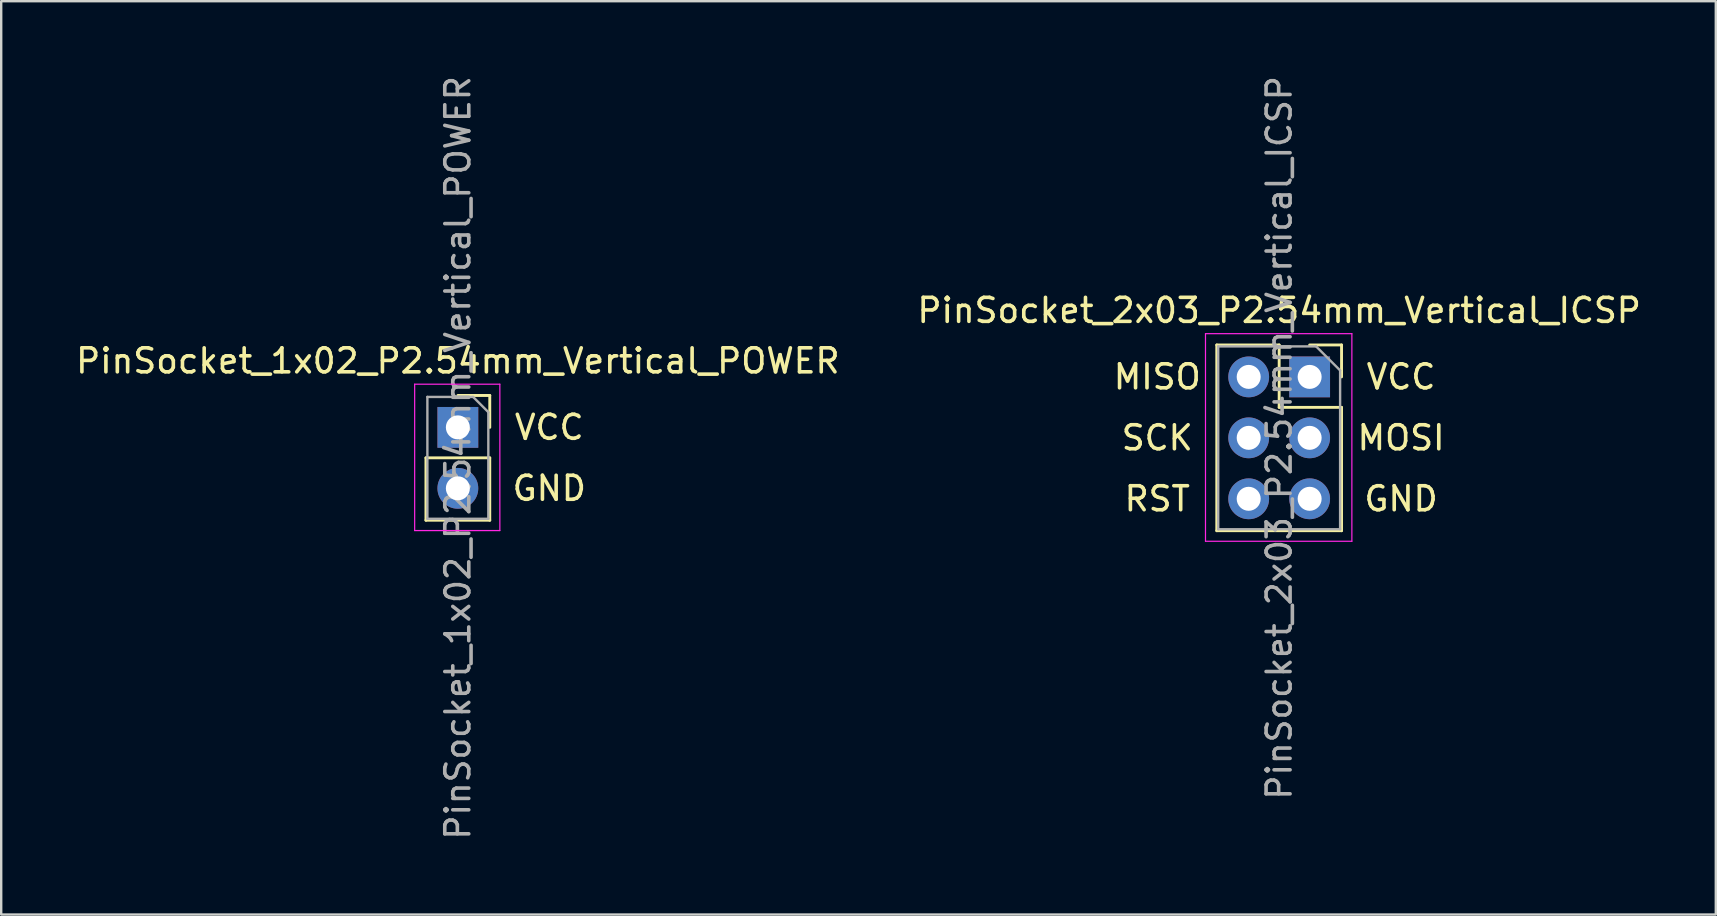
<source format=kicad_pcb>
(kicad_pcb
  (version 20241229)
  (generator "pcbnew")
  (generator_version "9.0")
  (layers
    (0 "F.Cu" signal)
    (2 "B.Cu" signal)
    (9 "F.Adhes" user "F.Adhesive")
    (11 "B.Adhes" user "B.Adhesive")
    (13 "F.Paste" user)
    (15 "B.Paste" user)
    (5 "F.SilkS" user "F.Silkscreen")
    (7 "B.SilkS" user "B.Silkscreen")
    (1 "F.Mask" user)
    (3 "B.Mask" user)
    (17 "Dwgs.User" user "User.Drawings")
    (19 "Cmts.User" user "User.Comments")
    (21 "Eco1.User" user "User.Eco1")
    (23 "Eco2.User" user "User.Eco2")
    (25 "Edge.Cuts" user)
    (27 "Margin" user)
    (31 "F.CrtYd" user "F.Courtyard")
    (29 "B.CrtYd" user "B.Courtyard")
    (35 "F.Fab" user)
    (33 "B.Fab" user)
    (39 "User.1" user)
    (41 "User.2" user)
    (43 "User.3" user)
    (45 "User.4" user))
  (footprint "PinSocket_2x03_P2.54mm_Vertical_ICSP"
    (layer "F.Cu")
    (at 51.526 12.656)
    (property "Reference" "PinSocket_2x03_P2.54mm_Vertical_ICSP" (at -1.27 -2.77 0) (layer "F.SilkS") (effects (font (size 1 1) (thickness 0.15))))
    (attr through_hole)
    (fp_line (start -3.87 -1.33) (end -3.87 6.41) (stroke (width 0.12) (type solid)) (layer "F.SilkS"))
    (fp_line (start -3.87 -1.33) (end -1.27 -1.33) (stroke (width 0.12) (type solid)) (layer "F.SilkS"))
    (fp_line (start -3.87 6.41) (end 1.33 6.41) (stroke (width 0.12) (type solid)) (layer "F.SilkS"))
    (fp_line (start -1.27 -1.33) (end -1.27 1.27) (stroke (width 0.12) (type solid)) (layer "F.SilkS"))
    (fp_line (start -1.27 1.27) (end 1.33 1.27) (stroke (width 0.12) (type solid)) (layer "F.SilkS"))
    (fp_line (start 0 -1.33) (end 1.33 -1.33) (stroke (width 0.12) (type solid)) (layer "F.SilkS"))
    (fp_line (start 1.33 -1.33) (end 1.33 0) (stroke (width 0.12) (type solid)) (layer "F.SilkS"))
    (fp_line (start 1.33 1.27) (end 1.33 6.41) (stroke (width 0.12) (type solid)) (layer "F.SilkS"))
    (fp_line (start -4.34 -1.8) (end 1.76 -1.8) (stroke (width 0.05) (type solid)) (layer "F.CrtYd"))
    (fp_line (start -4.34 6.85) (end -4.34 -1.8) (stroke (width 0.05) (type solid)) (layer "F.CrtYd"))
    (fp_line (start 1.76 -1.8) (end 1.76 6.85) (stroke (width 0.05) (type solid)) (layer "F.CrtYd"))
    (fp_line (start 1.76 6.85) (end -4.34 6.85) (stroke (width 0.05) (type solid)) (layer "F.CrtYd"))
    (fp_line (start -3.81 -1.27) (end 0.27 -1.27) (stroke (width 0.1) (type solid)) (layer "F.Fab"))
    (fp_line (start -3.81 6.35) (end -3.81 -1.27) (stroke (width 0.1) (type solid)) (layer "F.Fab"))
    (fp_line (start 0.27 -1.27) (end 1.27 -0.27) (stroke (width 0.1) (type solid)) (layer "F.Fab"))
    (fp_line (start 1.27 -0.27) (end 1.27 6.35) (stroke (width 0.1) (type solid)) (layer "F.Fab"))
    (fp_line (start 1.27 6.35) (end -3.81 6.35) (stroke (width 0.1) (type solid)) (layer "F.Fab"))
    (fp_text user "MOSI" (at 3.81 2.54 0) (unlocked yes) (layer "F.SilkS") (effects (font (size 1 1) (thickness 0.15))))
    (fp_text user "MISO" (at -6.35 0 0) (unlocked yes) (layer "F.SilkS") (effects (font (size 1 1) (thickness 0.15))))
    (fp_text user "SCK" (at -6.35 2.54 0) (unlocked yes) (layer "F.SilkS") (effects (font (size 1 1) (thickness 0.15))))
    (fp_text user "RST" (at -6.35 5.08 0) (unlocked yes) (layer "F.SilkS") (effects (font (size 1 1) (thickness 0.15))))
    (fp_text user "VCC" (at 3.81 0 0) (unlocked yes) (layer "F.SilkS") (effects (font (size 1 1) (thickness 0.15))))
    (fp_text user "GND" (at 3.81 5.08 0) (unlocked yes) (layer "F.SilkS") (effects (font (size 1 1) (thickness 0.15))))
    (fp_text user "${REFERENCE}" (at -1.27 2.54 90) (layer "F.Fab") (effects (font (size 1 1) (thickness 0.15))))
    (pad "1" thru_hole rect (at 0 0) (size 1.7 1.7) (drill 1) (layers "*.Cu" "*.Mask"))
    (pad "2" thru_hole oval (at -2.54 0) (size 1.7 1.7) (drill 1) (layers "*.Cu" "*.Mask"))
    (pad "3" thru_hole oval (at 0 2.54) (size 1.7 1.7) (drill 1) (layers "*.Cu" "*.Mask"))
    (pad "4" thru_hole oval (at -2.54 2.54) (size 1.7 1.7) (drill 1) (layers "*.Cu" "*.Mask"))
    (pad "5" thru_hole oval (at 0 5.08) (size 1.7 1.7) (drill 1) (layers "*.Cu" "*.Mask"))
    (pad "6" thru_hole oval (at -2.54 5.08) (size 1.7 1.7) (drill 1) (layers "*.Cu" "*.Mask")))
  (footprint "PinSocket_1x02_P2.54mm_Vertical_POWER"
    (layer "F.Cu")
    (at 16.03 14.76)
    (property "Reference" "PinSocket_1x02_P2.54mm_Vertical_POWER" (at 0 -2.77 0) (layer "F.SilkS") (effects (font (size 1 1) (thickness 0.15))))
    (attr through_hole)
    (fp_line (start -1.33 1.27) (end -1.33 3.87) (stroke (width 0.12) (type solid)) (layer "F.SilkS"))
    (fp_line (start -1.33 1.27) (end 1.33 1.27) (stroke (width 0.12) (type solid)) (layer "F.SilkS"))
    (fp_line (start -1.33 3.87) (end 1.33 3.87) (stroke (width 0.12) (type solid)) (layer "F.SilkS"))
    (fp_line (start 0 -1.33) (end 1.33 -1.33) (stroke (width 0.12) (type solid)) (layer "F.SilkS"))
    (fp_line (start 1.33 -1.33) (end 1.33 0) (stroke (width 0.12) (type solid)) (layer "F.SilkS"))
    (fp_line (start 1.33 1.27) (end 1.33 3.87) (stroke (width 0.12) (type solid)) (layer "F.SilkS"))
    (fp_line (start -1.8 -1.8) (end 1.75 -1.8) (stroke (width 0.05) (type solid)) (layer "F.CrtYd"))
    (fp_line (start -1.8 4.3) (end -1.8 -1.8) (stroke (width 0.05) (type solid)) (layer "F.CrtYd"))
    (fp_line (start 1.75 -1.8) (end 1.75 4.3) (stroke (width 0.05) (type solid)) (layer "F.CrtYd"))
    (fp_line (start 1.75 4.3) (end -1.8 4.3) (stroke (width 0.05) (type solid)) (layer "F.CrtYd"))
    (fp_line (start -1.27 -1.27) (end 0.635 -1.27) (stroke (width 0.1) (type solid)) (layer "F.Fab"))
    (fp_line (start -1.27 3.81) (end -1.27 -1.27) (stroke (width 0.1) (type solid)) (layer "F.Fab"))
    (fp_line (start 0.635 -1.27) (end 1.27 -0.635) (stroke (width 0.1) (type solid)) (layer "F.Fab"))
    (fp_line (start 1.27 -0.635) (end 1.27 3.81) (stroke (width 0.1) (type solid)) (layer "F.Fab"))
    (fp_line (start 1.27 3.81) (end -1.27 3.81) (stroke (width 0.1) (type solid)) (layer "F.Fab"))
    (fp_text user "GND" (at 3.81 2.54 0) (unlocked yes) (layer "F.SilkS") (effects (font (size 1 1) (thickness 0.15))))
    (fp_text user "VCC" (at 3.81 0 0) (unlocked yes) (layer "F.SilkS") (effects (font (size 1 1) (thickness 0.15))))
    (fp_text user "${REFERENCE}" (at 0 1.27 90) (layer "F.Fab") (effects (font (size 1 1) (thickness 0.15))))
    (pad "1" thru_hole rect (at 0 0) (size 1.7 1.7) (drill 1) (layers "*.Cu" "*.Mask"))
    (pad "2" thru_hole oval (at 0 2.54) (size 1.7 1.7) (drill 1) (layers "*.Cu" "*.Mask")))
  (gr_rect
    (start -3 -3)
    (end 68.452 35.06)
    (stroke (width 0.1) (type default))
    (fill no)
    (layer "Edge.Cuts")))
</source>
